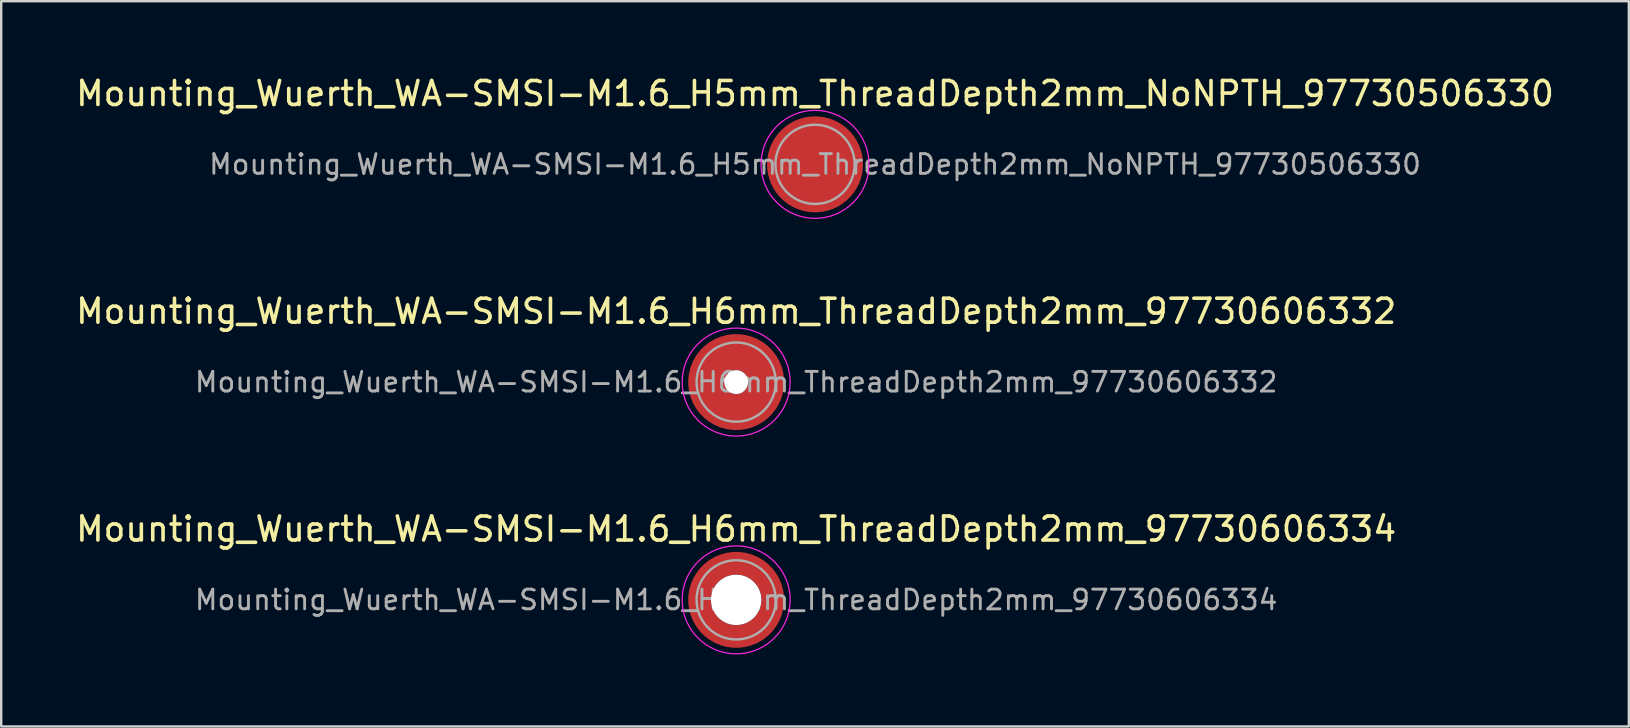
<source format=kicad_pcb>
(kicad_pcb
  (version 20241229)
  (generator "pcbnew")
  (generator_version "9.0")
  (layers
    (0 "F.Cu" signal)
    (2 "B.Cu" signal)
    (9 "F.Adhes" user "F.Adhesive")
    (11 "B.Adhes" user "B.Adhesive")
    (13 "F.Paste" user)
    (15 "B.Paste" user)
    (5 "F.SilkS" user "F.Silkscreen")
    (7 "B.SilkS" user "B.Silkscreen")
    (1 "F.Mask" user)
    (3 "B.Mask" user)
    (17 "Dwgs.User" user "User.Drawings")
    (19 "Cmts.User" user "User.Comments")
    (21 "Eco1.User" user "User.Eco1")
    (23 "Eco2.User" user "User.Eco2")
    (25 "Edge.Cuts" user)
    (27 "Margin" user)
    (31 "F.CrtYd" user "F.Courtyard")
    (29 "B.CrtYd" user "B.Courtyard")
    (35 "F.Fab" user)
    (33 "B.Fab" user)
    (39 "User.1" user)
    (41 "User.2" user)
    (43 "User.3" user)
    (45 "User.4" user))
  (footprint "Mounting_Wuerth_WA-SMSI-M1.6_H5mm_ThreadDepth2mm_NoNPTH_97730506330"
    (layer "F.Cu")
    (at 30.911 3.798)
    (property "Reference" "Mounting_Wuerth_WA-SMSI-M1.6_H5mm_ThreadDepth2mm_NoNPTH_97730506330" (at 0 -2.95 0) (layer "F.SilkS") (effects (font (size 1 1) (thickness 0.15))))
    (attr smd)
    (fp_circle (center 0 0) (end 2.25 0) (stroke (width 0.05) (type solid)) (fill no) (layer "F.CrtYd"))
    (fp_circle (center 0 0) (end 1.65 0) (stroke (width 0.1) (type solid)) (fill no) (layer "F.Fab"))
    (fp_text user "${REFERENCE}" (at 0 0 0) (layer "F.Fab") (effects (font (size 0.82 0.82) (thickness 0.12))))
    (pad "" smd custom (at -0.778 -0.778) (size 1.2 1.2) (layers "F.Paste") (options (anchor circle)) (primitives (gr_arc (start 0.465568 0.527817) (mid 0.494975 0.494974) (end 0.527818 0.465567) (width 0.2)) (gr_arc (start 0.344805 0.527817) (mid 0.424264 0.424264) (end 0.527818 0.344805) (width 0.2)) (gr_arc (start 0.232382 0.527817) (mid 0.353553 0.353553) (end 0.527817 0.232382) (width 0.2)) (gr_arc (start 0.123983 0.527817) (mid 0.282843 0.282842) (end 0.527818 0.123983) (width 0.2)) (gr_arc (start 0.017883 0.527817) (mid 0.212132 0.212132) (end 0.527817 0.017883) (width 0.2)) (gr_arc (start -0.086763 0.527817) (mid 0.141421 0.141421) (end 0.527817 -0.086763) (width 0.2)) (gr_arc (start -0.190428 0.527817) (mid 0.070711 0.070711) (end 0.527817 -0.190428) (width 0.2)) (gr_arc (start -0.293397 0.527817) (mid 0 0) (end 0.527817 -0.293397) (width 0.2)) (gr_arc (start -0.395852 0.527817) (mid -0.070711 -0.070711) (end 0.527817 -0.395852) (width 0.2)) (gr_arc (start -0.497918 0.527817) (mid -0.141422 -0.141422) (end 0.527817 -0.497918) (width 0.2)) (gr_arc (start -0.59968 0.527817) (mid -0.212132 -0.212132) (end 0.527817 -0.59968) (width 0.2)) (gr_arc (start -0.701202 0.527817) (mid -0.282843 -0.282843) (end 0.527817 -0.701202) (width 0.2)) (gr_arc (start -0.802531 0.527817) (mid -0.353554 -0.353554) (end 0.527817 -0.802531) (width 0.2)) (gr_arc (start -0.9037 0.527817) (mid -0.424264 -0.424264) (end 0.527817 -0.9037) (width 0.2)) (gr_arc (start -1.004737 0.527817) (mid -0.494975 -0.494975) (end 0.527817 -1.004737) (width 0.2)) (gr_line (start 0.528 0.466) (end 0.528 -1.005) (width 0.2)) (gr_line (start 0.466 0.528) (end -1.005 0.528) (width 0.2))))
    (pad "" smd custom (at -0.778 0.778) (size 1.2 1.2) (layers "F.Paste") (options (anchor circle)) (primitives (gr_arc (start 0.527817 -0.465568) (mid 0.494974 -0.494975) (end 0.465567 -0.527818) (width 0.2)) (gr_arc (start 0.527817 -0.344805) (mid 0.424264 -0.424264) (end 0.344805 -0.527818) (width 0.2)) (gr_arc (start 0.527817 -0.232382) (mid 0.353553 -0.353553) (end 0.232382 -0.527817) (width 0.2)) (gr_arc (start 0.527817 -0.123983) (mid 0.282842 -0.282843) (end 0.123983 -0.527818) (width 0.2)) (gr_arc (start 0.527817 -0.017883) (mid 0.212132 -0.212132) (end 0.017883 -0.527817) (width 0.2)) (gr_arc (start 0.527817 0.086763) (mid 0.141421 -0.141421) (end -0.086763 -0.527817) (width 0.2)) (gr_arc (start 0.527817 0.190428) (mid 0.070711 -0.070711) (end -0.190428 -0.527817) (width 0.2)) (gr_arc (start 0.527817 0.293397) (mid 0 0) (end -0.293397 -0.527817) (width 0.2)) (gr_arc (start 0.527817 0.395852) (mid -0.070711 0.070711) (end -0.395852 -0.527817) (width 0.2)) (gr_arc (start 0.527817 0.497918) (mid -0.141422 0.141422) (end -0.497918 -0.527817) (width 0.2)) (gr_arc (start 0.527817 0.59968) (mid -0.212132 0.212132) (end -0.59968 -0.527817) (width 0.2)) (gr_arc (start 0.527817 0.701202) (mid -0.282843 0.282843) (end -0.701202 -0.527817) (width 0.2)) (gr_arc (start 0.527817 0.802531) (mid -0.353554 0.353554) (end -0.802531 -0.527817) (width 0.2)) (gr_arc (start 0.527817 0.9037) (mid -0.424264 0.424264) (end -0.9037 -0.527817) (width 0.2)) (gr_arc (start 0.527817 1.004737) (mid -0.494975 0.494975) (end -1.004737 -0.527817) (width 0.2)) (gr_line (start 0.466 -0.528) (end -1.005 -0.528) (width 0.2)) (gr_line (start 0.528 -0.466) (end 0.528 1.005) (width 0.2))))
    (pad "" smd custom (at 0.778 -0.778) (size 1.2 1.2) (layers "F.Paste") (options (anchor circle)) (primitives (gr_arc (start -0.527817 0.465568) (mid -0.494974 0.494975) (end -0.465567 0.527818) (width 0.2)) (gr_arc (start -0.527817 0.344805) (mid -0.424264 0.424264) (end -0.344805 0.527818) (width 0.2)) (gr_arc (start -0.527817 0.232382) (mid -0.353553 0.353553) (end -0.232382 0.527817) (width 0.2)) (gr_arc (start -0.527817 0.123983) (mid -0.282842 0.282843) (end -0.123983 0.527818) (width 0.2)) (gr_arc (start -0.527817 0.017883) (mid -0.212132 0.212132) (end -0.017883 0.527817) (width 0.2)) (gr_arc (start -0.527817 -0.086763) (mid -0.141421 0.141421) (end 0.086763 0.527817) (width 0.2)) (gr_arc (start -0.527817 -0.190428) (mid -0.070711 0.070711) (end 0.190428 0.527817) (width 0.2)) (gr_arc (start -0.527817 -0.293397) (mid 0 0) (end 0.293397 0.527817) (width 0.2)) (gr_arc (start -0.527817 -0.395852) (mid 0.070711 -0.070711) (end 0.395852 0.527817) (width 0.2)) (gr_arc (start -0.527817 -0.497918) (mid 0.141422 -0.141422) (end 0.497918 0.527817) (width 0.2)) (gr_arc (start -0.527817 -0.59968) (mid 0.212132 -0.212132) (end 0.59968 0.527817) (width 0.2)) (gr_arc (start -0.527817 -0.701202) (mid 0.282843 -0.282843) (end 0.701202 0.527817) (width 0.2)) (gr_arc (start -0.527817 -0.802531) (mid 0.353554 -0.353554) (end 0.802531 0.527817) (width 0.2)) (gr_arc (start -0.527817 -0.9037) (mid 0.424264 -0.424264) (end 0.9037 0.527817) (width 0.2)) (gr_arc (start -0.527817 -1.004737) (mid 0.494975 -0.494975) (end 1.004737 0.527817) (width 0.2)) (gr_line (start -0.466 0.528) (end 1.005 0.528) (width 0.2)) (gr_line (start -0.528 0.466) (end -0.528 -1.005) (width 0.2))))
    (pad "" smd custom (at 0.778 0.778) (size 1.2 1.2) (layers "F.Paste") (options (anchor circle)) (primitives (gr_arc (start -0.465568 -0.527817) (mid -0.494975 -0.494974) (end -0.527818 -0.465567) (width 0.2)) (gr_arc (start -0.344805 -0.527817) (mid -0.424264 -0.424264) (end -0.527818 -0.344805) (width 0.2)) (gr_arc (start -0.232382 -0.527817) (mid -0.353553 -0.353553) (end -0.527817 -0.232382) (width 0.2)) (gr_arc (start -0.123983 -0.527817) (mid -0.282843 -0.282842) (end -0.527818 -0.123983) (width 0.2)) (gr_arc (start -0.017883 -0.527817) (mid -0.212132 -0.212132) (end -0.527817 -0.017883) (width 0.2)) (gr_arc (start 0.086763 -0.527817) (mid -0.141421 -0.141421) (end -0.527817 0.086763) (width 0.2)) (gr_arc (start 0.190428 -0.527817) (mid -0.070711 -0.070711) (end -0.527817 0.190428) (width 0.2)) (gr_arc (start 0.293397 -0.527817) (mid 0 0) (end -0.527817 0.293397) (width 0.2)) (gr_arc (start 0.395852 -0.527817) (mid 0.070711 0.070711) (end -0.527817 0.395852) (width 0.2)) (gr_arc (start 0.497918 -0.527817) (mid 0.141422 0.141422) (end -0.527817 0.497918) (width 0.2)) (gr_arc (start 0.59968 -0.527817) (mid 0.212132 0.212132) (end -0.527817 0.59968) (width 0.2)) (gr_arc (start 0.701202 -0.527817) (mid 0.282843 0.282843) (end -0.527817 0.701202) (width 0.2)) (gr_arc (start 0.802531 -0.527817) (mid 0.353554 0.353554) (end -0.527817 0.802531) (width 0.2)) (gr_arc (start 0.9037 -0.527817) (mid 0.424264 0.424264) (end -0.527817 0.9037) (width 0.2)) (gr_arc (start 1.004737 -0.527817) (mid 0.494975 0.494975) (end -0.527817 1.004737) (width 0.2)) (gr_line (start -0.528 -0.466) (end -0.528 1.005) (width 0.2)) (gr_line (start -0.466 -0.528) (end 1.005 -0.528) (width 0.2))))
    (pad "1" smd circle (at 0 0) (size 4 4) (layers "F.Cu" "F.Mask")))
  (footprint "Mounting_Wuerth_WA-SMSI-M1.6_H6mm_ThreadDepth2mm_97730606334"
    (layer "F.Cu")
    (at 27.625 21.945)
    (property "Reference" "Mounting_Wuerth_WA-SMSI-M1.6_H6mm_ThreadDepth2mm_97730606334" (at 0 -2.95 0) (layer "F.SilkS") (effects (font (size 1 1) (thickness 0.15))))
    (attr smd)
    (fp_circle (center 0 0) (end 2.25 0) (stroke (width 0.05) (type solid)) (fill no) (layer "F.CrtYd"))
    (fp_circle (center 0 0) (end 1.65 0) (stroke (width 0.1) (type solid)) (fill no) (layer "F.Fab"))
    (fp_text user "${REFERENCE}" (at 0 0 0) (layer "F.Fab") (effects (font (size 0.82 0.82) (thickness 0.12))))
    (pad "" smd custom (at -1.061 -1.061) (size 0.4 0.4) (layers "F.Paste") (options (anchor circle)) (primitives (gr_arc (start -0.101235 0.76066) (mid 0.212132 0.212132) (end 0.76066 -0.101235) (width 0.2)) (gr_arc (start -0.204251 0.76066) (mid 0.141421 0.141421) (end 0.76066 -0.204251) (width 0.2)) (gr_arc (start -0.306819 0.76066) (mid 0.070711 0.070711) (end 0.76066 -0.306819) (width 0.2)) (gr_arc (start -0.409034 0.76066) (mid 0 0) (end 0.76066 -0.409034) (width 0.2)) (gr_arc (start -0.510963 0.76066) (mid -0.070711 -0.070711) (end 0.76066 -0.510963) (width 0.2)) (gr_arc (start -0.61266 0.76066) (mid -0.141421 -0.141421) (end 0.76066 -0.61266) (width 0.2)) (gr_arc (start -0.714164 0.76066) (mid -0.212132 -0.212132) (end 0.76066 -0.714164) (width 0.2)) (gr_line (start 0.761 -0.101) (end 0.761 -0.714) (width 0.2)) (gr_line (start -0.101 0.761) (end -0.714 0.761) (width 0.2))))
    (pad "" smd custom (at -1.061 1.061) (size 0.4 0.4) (layers "F.Paste") (options (anchor circle)) (primitives (gr_arc (start 0.76066 0.101235) (mid 0.212132 -0.212132) (end -0.101235 -0.76066) (width 0.2)) (gr_arc (start 0.76066 0.204251) (mid 0.141421 -0.141421) (end -0.204251 -0.76066) (width 0.2)) (gr_arc (start 0.76066 0.306819) (mid 0.070711 -0.070711) (end -0.306819 -0.76066) (width 0.2)) (gr_arc (start 0.76066 0.409034) (mid 0 0) (end -0.409034 -0.76066) (width 0.2)) (gr_arc (start 0.76066 0.510963) (mid -0.070711 0.070711) (end -0.510963 -0.76066) (width 0.2)) (gr_arc (start 0.76066 0.61266) (mid -0.141421 0.141421) (end -0.61266 -0.76066) (width 0.2)) (gr_arc (start 0.76066 0.714164) (mid -0.212132 0.212132) (end -0.714164 -0.76066) (width 0.2)) (gr_line (start -0.101 -0.761) (end -0.714 -0.761) (width 0.2)) (gr_line (start 0.761 0.101) (end 0.761 0.714) (width 0.2))))
    (pad "" np_thru_hole circle (at 0 0) (size 2.1 2.1) (drill 2.1) (layers "*.Cu" "*.Mask"))
    (pad "" smd custom (at 1.061 -1.061) (size 0.4 0.4) (layers "F.Paste") (options (anchor circle)) (primitives (gr_arc (start -0.76066 -0.101235) (mid -0.212132 0.212132) (end 0.101235 0.76066) (width 0.2)) (gr_arc (start -0.76066 -0.204251) (mid -0.141421 0.141421) (end 0.204251 0.76066) (width 0.2)) (gr_arc (start -0.76066 -0.306819) (mid -0.070711 0.070711) (end 0.306819 0.76066) (width 0.2)) (gr_arc (start -0.76066 -0.409034) (mid 0 0) (end 0.409034 0.76066) (width 0.2)) (gr_arc (start -0.76066 -0.510963) (mid 0.070711 -0.070711) (end 0.510963 0.76066) (width 0.2)) (gr_arc (start -0.76066 -0.61266) (mid 0.141421 -0.141421) (end 0.61266 0.76066) (width 0.2)) (gr_arc (start -0.76066 -0.714164) (mid 0.212132 -0.212132) (end 0.714164 0.76066) (width 0.2)) (gr_line (start 0.101 0.761) (end 0.714 0.761) (width 0.2)) (gr_line (start -0.761 -0.101) (end -0.761 -0.714) (width 0.2))))
    (pad "" smd custom (at 1.061 1.061) (size 0.4 0.4) (layers "F.Paste") (options (anchor circle)) (primitives (gr_arc (start 0.101235 -0.76066) (mid -0.212132 -0.212132) (end -0.76066 0.101235) (width 0.2)) (gr_arc (start 0.204251 -0.76066) (mid -0.141421 -0.141421) (end -0.76066 0.204251) (width 0.2)) (gr_arc (start 0.306819 -0.76066) (mid -0.070711 -0.070711) (end -0.76066 0.306819) (width 0.2)) (gr_arc (start 0.409034 -0.76066) (mid 0 0) (end -0.76066 0.409034) (width 0.2)) (gr_arc (start 0.510963 -0.76066) (mid 0.070711 0.070711) (end -0.76066 0.510963) (width 0.2)) (gr_arc (start 0.61266 -0.76066) (mid 0.141421 0.141421) (end -0.76066 0.61266) (width 0.2)) (gr_arc (start 0.714164 -0.76066) (mid 0.212132 0.212132) (end -0.76066 0.714164) (width 0.2)) (gr_line (start -0.761 0.101) (end -0.761 0.714) (width 0.2)) (gr_line (start 0.101 -0.761) (end 0.714 -0.761) (width 0.2))))
    (pad "1" smd circle (at -1.525 0) (size 0.55 0.55) (layers "F.Cu"))
    (pad "1" smd circle (at 0 -1.525) (size 0.55 0.55) (layers "F.Cu"))
    (pad "1" smd circle (at 0 1.525) (size 0.55 0.55) (layers "F.Cu"))
    (pad "1" smd custom (at 1.525 0) (size 0.55 0.55) (layers "F.Cu" "F.Mask") (options (anchor circle)) (primitives (gr_circle (center -1.525 0) (end 0 0) (width 0.95) (fill no)))))
  (footprint "Mounting_Wuerth_WA-SMSI-M1.6_H6mm_ThreadDepth2mm_97730606332"
    (layer "F.Cu")
    (at 27.625 12.871)
    (property "Reference" "Mounting_Wuerth_WA-SMSI-M1.6_H6mm_ThreadDepth2mm_97730606332" (at 0 -2.95 0) (layer "F.SilkS") (effects (font (size 1 1) (thickness 0.15))))
    (attr smd)
    (fp_circle (center 0 0) (end 2.25 0) (stroke (width 0.05) (type solid)) (fill no) (layer "F.CrtYd"))
    (fp_circle (center 0 0) (end 1.65 0) (stroke (width 0.1) (type solid)) (fill no) (layer "F.Fab"))
    (fp_text user "${REFERENCE}" (at 0 0 0) (layer "F.Fab") (effects (font (size 0.82 0.82) (thickness 0.12))))
    (pad "" smd custom (at 0 -1.25) (size 0.9 0.9) (layers "F.Paste") (options (anchor circle)) (primitives (gr_arc (start -0.259808 0.6) (mid 0 0.55) (end 0.259807 0.6) (width 0.2)) (gr_arc (start -0.466369 0.6) (mid 0 0.45) (end 0.466369 0.6) (width 0.2)) (gr_arc (start -0.622495 0.6) (mid 0 0.35) (end 0.622495 0.6) (width 0.2)) (gr_arc (start -0.759934 0.6) (mid 0 0.25) (end 0.759934 0.6) (width 0.2)) (gr_arc (start -0.887412 0.6) (mid 0 0.15) (end 0.887412 0.6) (width 0.2)) (gr_arc (start -1.008712 0.6) (mid 0 0.05) (end 1.008712 0.6) (width 0.2)) (gr_arc (start -1.125833 0.6) (mid 0 -0.05) (end 1.125833 0.6) (width 0.2)) (gr_arc (start -1.23996 0.6) (mid 0 -0.15) (end 1.23996 0.6) (width 0.2)) (gr_arc (start -1.351851 0.6) (mid 0 -0.25) (end 1.351851 0.6) (width 0.2)) (gr_arc (start -1.462019 0.6) (mid 0 -0.35) (end 1.462019 0.6) (width 0.2)) (gr_arc (start -1.570828 0.6) (mid 0 -0.45) (end 1.570828 0.6) (width 0.2)) (gr_arc (start -1.678541 0.6) (mid 0 -0.55) (end 1.678541 0.6) (width 0.2)) (gr_line (start 0.26 0.6) (end 1.679 0.6) (width 0.2)) (gr_line (start -0.26 0.6) (end -1.679 0.6) (width 0.2))))
    (pad "" np_thru_hole circle (at 0 0) (size 1 1) (drill 1) (layers "*.Cu" "*.Mask"))
    (pad "" smd custom (at 0 1.25) (size 0.9 0.9) (layers "F.Paste") (options (anchor circle)) (primitives (gr_arc (start 0.259808 -0.6) (mid 0 -0.55) (end -0.259807 -0.6) (width 0.2)) (gr_arc (start 0.466369 -0.6) (mid 0 -0.45) (end -0.466369 -0.6) (width 0.2)) (gr_arc (start 0.622495 -0.6) (mid 0 -0.35) (end -0.622495 -0.6) (width 0.2)) (gr_arc (start 0.759934 -0.6) (mid 0 -0.25) (end -0.759934 -0.6) (width 0.2)) (gr_arc (start 0.887412 -0.6) (mid 0 -0.15) (end -0.887412 -0.6) (width 0.2)) (gr_arc (start 1.008712 -0.6) (mid 0 -0.05) (end -1.008712 -0.6) (width 0.2)) (gr_arc (start 1.125833 -0.6) (mid 0 0.05) (end -1.125833 -0.6) (width 0.2)) (gr_arc (start 1.23996 -0.6) (mid 0 0.15) (end -1.23996 -0.6) (width 0.2)) (gr_arc (start 1.351851 -0.6) (mid 0 0.25) (end -1.351851 -0.6) (width 0.2)) (gr_arc (start 1.462019 -0.6) (mid 0 0.35) (end -1.462019 -0.6) (width 0.2)) (gr_arc (start 1.570828 -0.6) (mid 0 0.45) (end -1.570828 -0.6) (width 0.2)) (gr_arc (start 1.678541 -0.6) (mid 0 0.55) (end -1.678541 -0.6) (width 0.2)) (gr_line (start -0.26 -0.6) (end -1.679 -0.6) (width 0.2)) (gr_line (start 0.26 -0.6) (end 1.679 -0.6) (width 0.2))))
    (pad "1" smd circle (at -1.25 0) (size 1.1 1.1) (layers "F.Cu"))
    (pad "1" smd circle (at 0 -1.25) (size 1.1 1.1) (layers "F.Cu"))
    (pad "1" smd circle (at 0 1.25) (size 1.1 1.1) (layers "F.Cu"))
    (pad "1" smd custom (at 1.25 0) (size 1.1 1.1) (layers "F.Cu" "F.Mask") (options (anchor circle)) (primitives (gr_circle (center -1.25 0) (end 0 0) (width 1.5) (fill no)))))
  (gr_rect
    (start -3 -3)
    (end 64.821 27.22)
    (stroke (width 0.1) (type default))
    (fill no)
    (layer "Edge.Cuts")))
</source>
